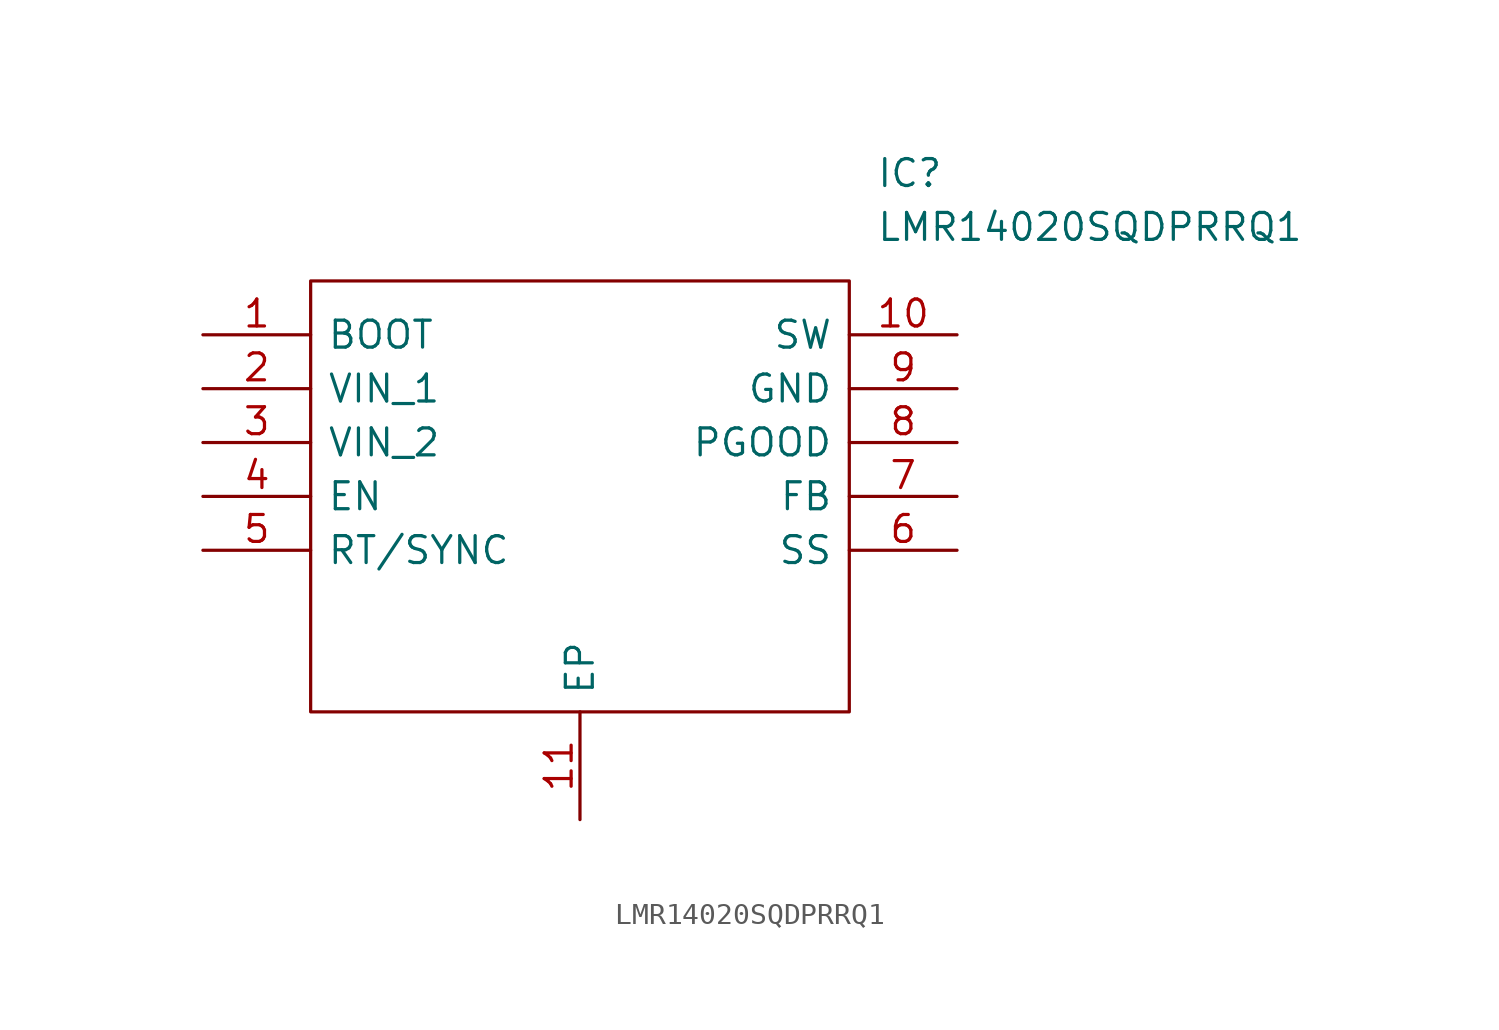
<source format=kicad_sym>
(kicad_symbol_lib
  (version 20220914)
  (generator kicad_symbol_editor)
  (symbol "LMR14020SQDPRRQ1"
    (pin_names
      (offset 0.762))
    (property "Reference" "IC"
      (at 31.75 7.62 0)
      (effects (font (size 1.27 1.27)) (justify left)))
    (property "Value" "LMR14020SQDPRRQ1"
      (at 31.75 5.08 0)
      (effects (font (size 1.27 1.27)) (justify left)))
    (symbol "LMR14020SQDPRRQ1_0_0"
      (pin passive line (at 0 0 0) (length 5.08) (name "BOOT" (effects (font (size 1.27 1.27)))) (number "1" (effects (font (size 1.27 1.27)))))
      (pin passive line (at 35.56 0 180) (length 5.08) (name "SW" (effects (font (size 1.27 1.27)))) (number "10" (effects (font (size 1.27 1.27)))))
      (pin passive line (at 17.78 -22.86 90) (length 5.08) (name "EP" (effects (font (size 1.27 1.27)))) (number "11" (effects (font (size 1.27 1.27)))))
      (pin passive line (at 0 -2.54 0) (length 5.08) (name "VIN_1" (effects (font (size 1.27 1.27)))) (number "2" (effects (font (size 1.27 1.27)))))
      (pin passive line (at 0 -5.08 0) (length 5.08) (name "VIN_2" (effects (font (size 1.27 1.27)))) (number "3" (effects (font (size 1.27 1.27)))))
      (pin passive line (at 0 -7.62 0) (length 5.08) (name "EN" (effects (font (size 1.27 1.27)))) (number "4" (effects (font (size 1.27 1.27)))))
      (pin passive line (at 0 -10.16 0) (length 5.08) (name "RT/SYNC" (effects (font (size 1.27 1.27)))) (number "5" (effects (font (size 1.27 1.27)))))
      (pin passive line (at 35.56 -10.16 180) (length 5.08) (name "SS" (effects (font (size 1.27 1.27)))) (number "6" (effects (font (size 1.27 1.27)))))
      (pin passive line (at 35.56 -7.62 180) (length 5.08) (name "FB" (effects (font (size 1.27 1.27)))) (number "7" (effects (font (size 1.27 1.27)))))
      (pin passive line (at 35.56 -5.08 180) (length 5.08) (name "PGOOD" (effects (font (size 1.27 1.27)))) (number "8" (effects (font (size 1.27 1.27)))))
      (pin passive line (at 35.56 -2.54 180) (length 5.08) (name "GND" (effects (font (size 1.27 1.27)))) (number "9" (effects (font (size 1.27 1.27))))))
    (symbol "LMR14020SQDPRRQ1_0_1"
      (polyline (pts (xy 5.08 2.54) (xy 30.48 2.54) (xy 30.48 -17.78) (xy 5.08 -17.78) (xy 5.08 2.54)) (stroke (width 0.152) (type solid)) (fill (type none))))))
</source>
